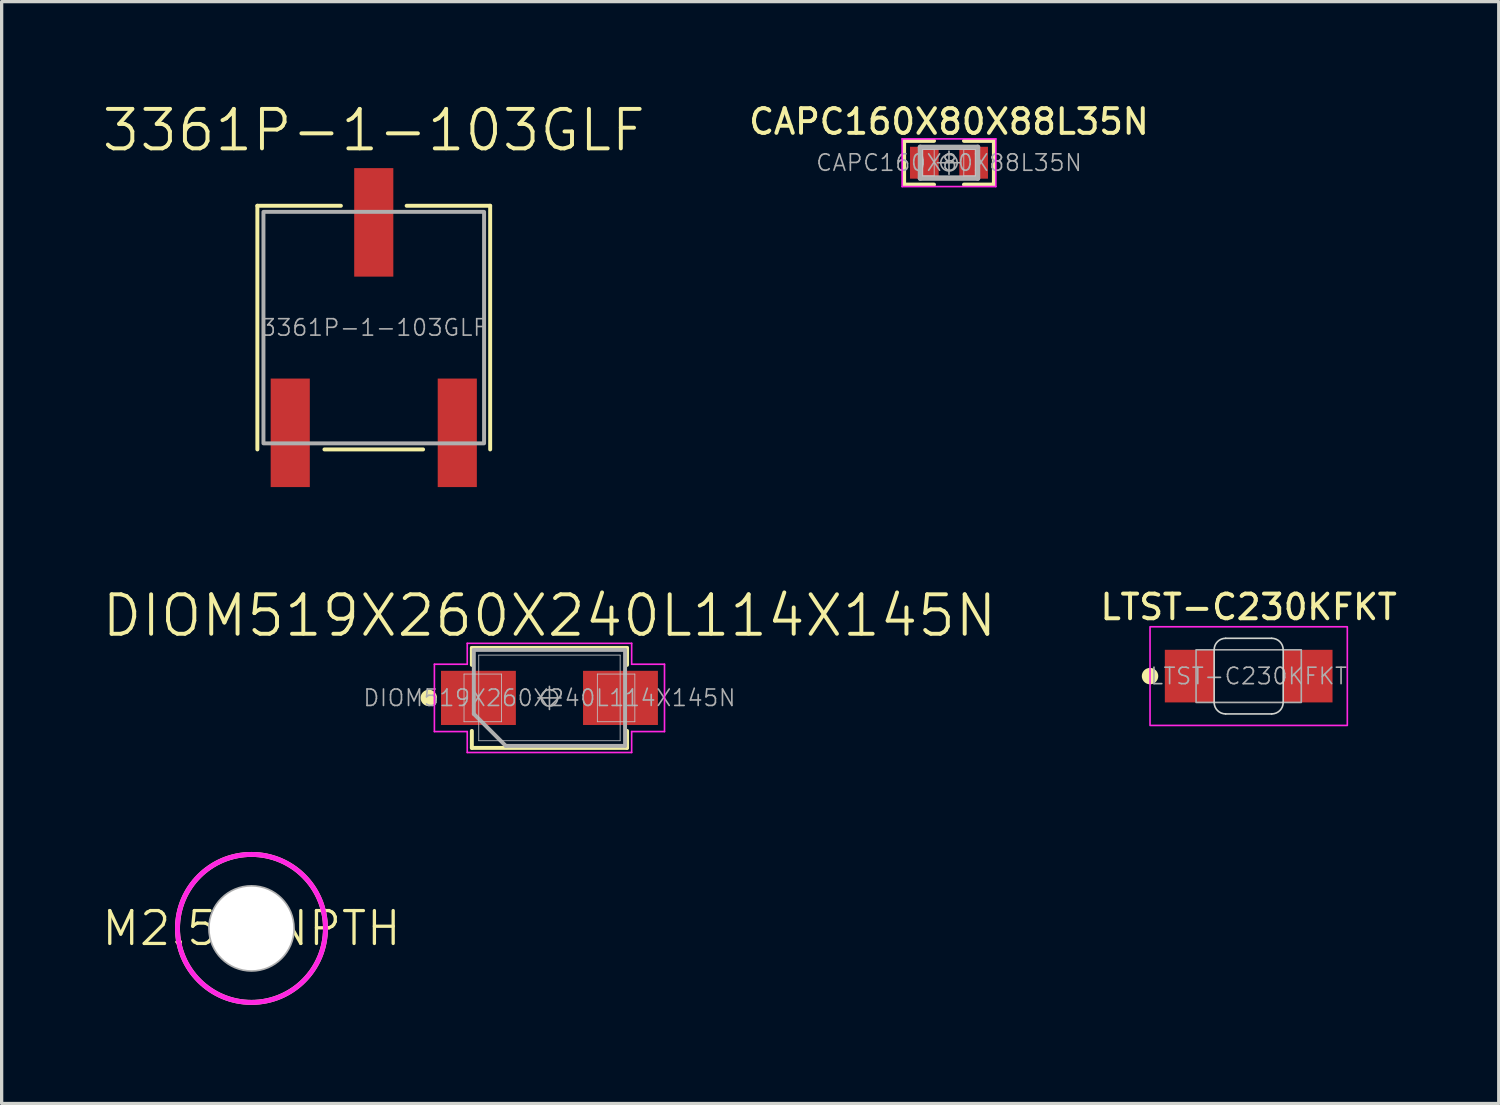
<source format=kicad_pcb>
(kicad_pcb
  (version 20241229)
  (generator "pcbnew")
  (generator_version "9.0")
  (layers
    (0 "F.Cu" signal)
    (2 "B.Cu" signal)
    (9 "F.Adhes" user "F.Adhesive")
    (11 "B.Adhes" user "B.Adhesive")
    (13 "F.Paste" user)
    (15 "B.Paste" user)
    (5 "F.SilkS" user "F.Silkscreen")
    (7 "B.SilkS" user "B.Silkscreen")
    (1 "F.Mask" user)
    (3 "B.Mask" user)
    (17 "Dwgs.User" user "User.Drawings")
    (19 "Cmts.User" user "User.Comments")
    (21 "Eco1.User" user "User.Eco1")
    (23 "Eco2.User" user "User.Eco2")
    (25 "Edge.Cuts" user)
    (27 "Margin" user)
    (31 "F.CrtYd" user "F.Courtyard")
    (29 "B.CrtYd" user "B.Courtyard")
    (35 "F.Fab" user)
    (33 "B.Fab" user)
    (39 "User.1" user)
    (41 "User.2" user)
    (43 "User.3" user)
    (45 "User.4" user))
  (footprint "DIOM519X260X240L114X145N"
    (layer "F.Cu")
    (at 13.66 18.175)
    (property "Reference" "DIOM519X260X240L114X145N" (at 0 -2.5 0) (layer "F.SilkS") (effects (font (size 1.2 1.2) (thickness 0.12))))
    (attr smd)
    (fp_line (start -2.36 -1.52) (end 2.36 -1.52) (stroke (width 0.12) (type solid)) (layer "F.SilkS"))
    (fp_line (start -2.36 -1.004) (end -2.36 -1.52) (stroke (width 0.12) (type solid)) (layer "F.SilkS"))
    (fp_line (start -2.36 1.52) (end -2.36 1.004) (stroke (width 0.12) (type solid)) (layer "F.SilkS"))
    (fp_line (start -2.36 1.52) (end 2.36 1.52) (stroke (width 0.12) (type solid)) (layer "F.SilkS"))
    (fp_line (start 2.36 -1.004) (end 2.36 -1.52) (stroke (width 0.12) (type solid)) (layer "F.SilkS"))
    (fp_line (start 2.36 1.52) (end 2.36 1.004) (stroke (width 0.12) (type solid)) (layer "F.SilkS"))
    (fp_circle (center -3.669 0) (end -3.669 0.125) (stroke (width 0.25) (type solid)) (fill no) (layer "F.SilkS"))
    (fp_line (start -2.598 -0.725) (end -1.458 -0.725) (stroke (width 0.025) (type solid)) (layer "Dwgs.User"))
    (fp_line (start -2.598 0.725) (end -2.598 -0.725) (stroke (width 0.025) (type solid)) (layer "Dwgs.User"))
    (fp_line (start -2.15 -1.302) (end 2.15 -1.302) (stroke (width 0.025) (type solid)) (layer "Dwgs.User"))
    (fp_line (start -2.15 1.302) (end -2.15 -1.302) (stroke (width 0.025) (type solid)) (layer "Dwgs.User"))
    (fp_line (start -1.458 -0.725) (end -1.458 0.725) (stroke (width 0.025) (type solid)) (layer "Dwgs.User"))
    (fp_line (start -1.458 0.725) (end -2.598 0.725) (stroke (width 0.025) (type solid)) (layer "Dwgs.User"))
    (fp_line (start 1.457 -0.725) (end 2.597 -0.725) (stroke (width 0.025) (type solid)) (layer "Dwgs.User"))
    (fp_line (start 1.457 0.725) (end 1.457 -0.725) (stroke (width 0.025) (type solid)) (layer "Dwgs.User"))
    (fp_line (start 2.15 -1.302) (end 2.15 1.302) (stroke (width 0.025) (type solid)) (layer "Dwgs.User"))
    (fp_line (start 2.15 1.302) (end -2.15 1.302) (stroke (width 0.025) (type solid)) (layer "Dwgs.User"))
    (fp_line (start 2.597 -0.725) (end 2.597 0.725) (stroke (width 0.025) (type solid)) (layer "Dwgs.User"))
    (fp_line (start 2.597 0.725) (end 1.457 0.725) (stroke (width 0.025) (type solid)) (layer "Dwgs.User"))
    (fp_line (start -3.499 -1.024) (end -3.499 1.024) (stroke (width 0.05) (type solid)) (layer "F.CrtYd"))
    (fp_line (start -3.499 1.024) (end -2.5 1.024) (stroke (width 0.05) (type solid)) (layer "F.CrtYd"))
    (fp_line (start -2.5 -1.66) (end -2.5 -1.024) (stroke (width 0.05) (type solid)) (layer "F.CrtYd"))
    (fp_line (start -2.5 -1.024) (end -3.499 -1.024) (stroke (width 0.05) (type solid)) (layer "F.CrtYd"))
    (fp_line (start -2.5 1.024) (end -2.5 1.66) (stroke (width 0.05) (type solid)) (layer "F.CrtYd"))
    (fp_line (start -2.5 1.66) (end 2.5 1.66) (stroke (width 0.05) (type solid)) (layer "F.CrtYd"))
    (fp_line (start 2.5 -1.66) (end -2.5 -1.66) (stroke (width 0.05) (type solid)) (layer "F.CrtYd"))
    (fp_line (start 2.5 -1.024) (end 2.5 -1.66) (stroke (width 0.05) (type solid)) (layer "F.CrtYd"))
    (fp_line (start 2.5 1.024) (end 3.499 1.024) (stroke (width 0.05) (type solid)) (layer "F.CrtYd"))
    (fp_line (start 2.5 1.66) (end 2.5 1.024) (stroke (width 0.05) (type solid)) (layer "F.CrtYd"))
    (fp_line (start 3.499 -1.024) (end 2.5 -1.024) (stroke (width 0.05) (type solid)) (layer "F.CrtYd"))
    (fp_line (start 3.499 1.024) (end 3.499 -1.024) (stroke (width 0.05) (type solid)) (layer "F.CrtYd"))
    (fp_line (start -2.3 -1.46) (end -2.3 0.487) (stroke (width 0.12) (type solid)) (layer "F.Fab"))
    (fp_line (start -2.3 0.487) (end -1.327 1.46) (stroke (width 0.12) (type solid)) (layer "F.Fab"))
    (fp_line (start -1.327 1.46) (end 2.3 1.46) (stroke (width 0.12) (type solid)) (layer "F.Fab"))
    (fp_line (start 0 -0.35) (end 0 0.35) (stroke (width 0.05) (type solid)) (layer "F.Fab"))
    (fp_line (start 0.35 0) (end -0.35 0) (stroke (width 0.05) (type solid)) (layer "F.Fab"))
    (fp_line (start 2.3 -1.46) (end -2.3 -1.46) (stroke (width 0.12) (type solid)) (layer "F.Fab"))
    (fp_line (start 2.3 1.46) (end 2.3 -1.46) (stroke (width 0.12) (type solid)) (layer "F.Fab"))
    (fp_circle (center 0 0) (end 0.25 0) (stroke (width 0.05) (type solid)) (fill no) (layer "F.Fab"))
    (fp_text user "${REFERENCE}" (at 0 0 0) (layer "F.Fab") (effects (font (size 0.5 0.5) (thickness 0.05))))
    (pad "1" smd rect (at 2.16 0) (size 2.277 1.647) (layers "F.Cu" "F.Mask" "F.Paste"))
    (pad "2" smd rect (at -2.16 0) (size 2.277 1.647) (layers "F.Cu" "F.Mask" "F.Paste")))
  (footprint "CAPC160X80X88L35N"
    (layer "F.Cu")
    (at 25.811 1.899)
    (property "Reference" "CAPC160X80X88L35N" (at 0 -1.25 0) (layer "F.SilkS") (effects (font (size 0.75 0.75) (thickness 0.12))))
    (attr smd)
    (fp_line (start -1.365 -0.665) (end -0.455 -0.665) (stroke (width 0.12) (type solid)) (layer "F.SilkS"))
    (fp_line (start -1.365 0.665) (end -1.365 -0.665) (stroke (width 0.12) (type solid)) (layer "F.SilkS"))
    (fp_line (start -0.455 0.665) (end -1.365 0.665) (stroke (width 0.12) (type solid)) (layer "F.SilkS"))
    (fp_line (start 0.455 0.665) (end 1.365 0.665) (stroke (width 0.12) (type solid)) (layer "F.SilkS"))
    (fp_line (start 1.365 -0.665) (end 0.455 -0.665) (stroke (width 0.12) (type solid)) (layer "F.SilkS"))
    (fp_line (start 1.365 0.665) (end 1.365 -0.665) (stroke (width 0.12) (type solid)) (layer "F.SilkS"))
    (fp_line (start -0.8 -0.4) (end -0.45 -0.4) (stroke (width 0.025) (type solid)) (layer "Dwgs.User"))
    (fp_line (start -0.8 -0.4) (end 0.8 -0.4) (stroke (width 0.025) (type solid)) (layer "Dwgs.User"))
    (fp_line (start -0.8 0.4) (end -0.8 -0.4) (stroke (width 0.025) (type solid)) (layer "Dwgs.User"))
    (fp_line (start -0.8 0.4) (end -0.8 -0.4) (stroke (width 0.025) (type solid)) (layer "Dwgs.User"))
    (fp_line (start -0.45 -0.4) (end -0.45 0.4) (stroke (width 0.025) (type solid)) (layer "Dwgs.User"))
    (fp_line (start -0.45 0.4) (end -0.8 0.4) (stroke (width 0.025) (type solid)) (layer "Dwgs.User"))
    (fp_line (start 0.45 -0.4) (end 0.8 -0.4) (stroke (width 0.025) (type solid)) (layer "Dwgs.User"))
    (fp_line (start 0.45 0.4) (end 0.45 -0.4) (stroke (width 0.025) (type solid)) (layer "Dwgs.User"))
    (fp_line (start 0.8 -0.4) (end 0.8 0.4) (stroke (width 0.025) (type solid)) (layer "Dwgs.User"))
    (fp_line (start 0.8 -0.4) (end 0.8 0.4) (stroke (width 0.025) (type solid)) (layer "Dwgs.User"))
    (fp_line (start 0.8 0.4) (end -0.8 0.4) (stroke (width 0.025) (type solid)) (layer "Dwgs.User"))
    (fp_line (start 0.8 0.4) (end 0.45 0.4) (stroke (width 0.025) (type solid)) (layer "Dwgs.User"))
    (fp_line (start -1.425 -0.725) (end 1.425 -0.725) (stroke (width 0.05) (type solid)) (layer "F.CrtYd"))
    (fp_line (start -1.425 0.725) (end -1.425 -0.725) (stroke (width 0.05) (type solid)) (layer "F.CrtYd"))
    (fp_line (start 1.425 -0.725) (end 1.425 0.725) (stroke (width 0.05) (type solid)) (layer "F.CrtYd"))
    (fp_line (start 1.425 0.725) (end -1.425 0.725) (stroke (width 0.05) (type solid)) (layer "F.CrtYd"))
    (fp_line (start -0.875 -0.475) (end 0.875 -0.475) (stroke (width 0.15) (type solid)) (layer "F.Fab"))
    (fp_line (start -0.875 0.475) (end -0.875 -0.475) (stroke (width 0.15) (type solid)) (layer "F.Fab"))
    (fp_line (start 0 -0.35) (end 0 0.35) (stroke (width 0.05) (type solid)) (layer "F.Fab"))
    (fp_line (start 0.35 0) (end -0.35 0) (stroke (width 0.05) (type solid)) (layer "F.Fab"))
    (fp_line (start 0.875 -0.475) (end 0.875 0.475) (stroke (width 0.15) (type solid)) (layer "F.Fab"))
    (fp_line (start 0.875 0.475) (end -0.875 0.475) (stroke (width 0.15) (type solid)) (layer "F.Fab"))
    (fp_circle (center 0 0) (end 0.25 0) (stroke (width 0.05) (type solid)) (fill no) (layer "F.Fab"))
    (fp_text user "${REFERENCE}" (at 0 0 0) (layer "F.Fab") (effects (font (size 0.5 0.5) (thickness 0.05))))
    (pad "1" smd rect (at -0.75 0) (size 0.871 0.97) (layers "F.Cu" "F.Mask" "F.Paste"))
    (pad "2" smd rect (at 0.75 0) (size 0.871 0.97) (layers "F.Cu" "F.Mask" "F.Paste")))
  (footprint "M2.54_NPTH"
    (layer "F.Cu")
    (at 4.598 25.185)
    (property "Reference" "M2.54_NPTH" (at 0 0 0) (unlocked yes) (layer "F.SilkS") (effects (font (size 1 1) (thickness 0.1))))
    (attr through_hole)
    (fp_circle (center 0 0) (end 2.25 0) (stroke (width 0.15) (type default)) (fill no) (layer "F.SilkS"))
    (fp_circle (center 0 0) (end 2.25 0) (stroke (width 0.15) (type default)) (fill no) (layer "F.CrtYd"))
    (fp_circle (center 0 0) (end 0 -1.27) (stroke (width 0.1) (type default)) (fill no) (layer "F.Fab"))
    (pad "" np_thru_hole circle (at 0 0) (size 2.54 2.54) (drill 2.54) (layers "*.Cu" "*.Mask")))
  (footprint "3361P-1-103GLF"
    (layer "F.Cu")
    (at 8.317 6.913)
    (property "Reference" "3361P-1-103GLF" (at 0 -6 0) (unlocked yes) (layer "F.SilkS") (effects (font (size 1.2 1.2) (thickness 0.12))))
    (attr smd)
    (fp_line (start -3.54 -3.705) (end -1 -3.705) (stroke (width 0.12) (type default)) (layer "F.SilkS"))
    (fp_line (start -3.54 3.705) (end -3.54 -3.705) (stroke (width 0.12) (type default)) (layer "F.SilkS"))
    (fp_line (start -1.5 3.705) (end 1.5 3.705) (stroke (width 0.12) (type default)) (layer "F.SilkS"))
    (fp_line (start 3.54 -3.705) (end 1 -3.705) (stroke (width 0.12) (type default)) (layer "F.SilkS"))
    (fp_line (start 3.54 -3.705) (end 3.54 3.705) (stroke (width 0.12) (type default)) (layer "F.SilkS"))
    (fp_rect (start -3.355 -3.52) (end 3.355 3.52) (stroke (width 0.12) (type default)) (fill no) (layer "F.Fab"))
    (fp_text user "${REFERENCE}" (at 0 0 0) (unlocked yes) (layer "F.Fab") (effects (font (size 0.5 0.5) (thickness 0.05))))
    (pad "1" smd rect (at -2.54 3.2) (size 1.19 3.3) (layers "F.Cu" "F.Mask" "F.Paste"))
    (pad "2" smd rect (at 0 -3.2) (size 1.19 3.3) (layers "F.Cu" "F.Mask" "F.Paste"))
    (pad "3" smd rect (at 2.54 3.2) (size 1.19 3.3) (layers "F.Cu" "F.Mask" "F.Paste")))
  (footprint "LTST-C230KFKT"
    (layer "F.Cu")
    (at 34.925 17.512)
    (property "Reference" "LTST-C230KFKT" (at 0 -2.1 0) (unlocked yes) (layer "F.SilkS") (effects (font (size 0.75 0.75) (thickness 0.12))))
    (attr smd)
    (fp_circle (center -3 0) (end -2.875 0) (stroke (width 0.25) (type default)) (fill no) (layer "F.SilkS"))
    (fp_line (start -1.05 -0.8) (end -1.05 0.8) (stroke (width 0.05) (type default)) (layer "Edge.Cuts"))
    (fp_line (start -0.7 1.15) (end 0.7 1.15) (stroke (width 0.05) (type default)) (layer "Edge.Cuts"))
    (fp_line (start 0.7 -1.15) (end -0.7 -1.15) (stroke (width 0.05) (type default)) (layer "Edge.Cuts"))
    (fp_line (start 1.05 0.8) (end 1.05 -0.8) (stroke (width 0.05) (type default)) (layer "Edge.Cuts"))
    (fp_arc (start -1.05 -0.8) (mid -0.947487 -1.047487) (end -0.7 -1.15) (stroke (width 0.05) (type default)) (layer "Edge.Cuts"))
    (fp_arc (start -0.7 1.15) (mid -0.947487 1.047487) (end -1.05 0.8) (stroke (width 0.05) (type default)) (layer "Edge.Cuts"))
    (fp_arc (start 0.7 -1.15) (mid 0.947487 -1.047487) (end 1.05 -0.8) (stroke (width 0.05) (type default)) (layer "Edge.Cuts"))
    (fp_arc (start 1.05 0.8) (mid 0.947487 1.047487) (end 0.7 1.15) (stroke (width 0.05) (type default)) (layer "Edge.Cuts"))
    (fp_rect (start -3 -1.5) (end 3 1.5) (stroke (width 0.05) (type default)) (fill no) (layer "F.CrtYd"))
    (fp_rect (start -1.6 -0.8) (end 1.6 0.8) (stroke (width 0.05) (type default)) (fill no) (layer "F.Fab"))
    (fp_text user "${REFERENCE}" (at 0 0 0) (unlocked yes) (layer "F.Fab") (effects (font (size 0.5 0.5) (thickness 0.05))))
    (pad "1" smd rect (at -1.8 0) (size 1.5 1.6) (layers "F.Cu" "F.Mask" "F.Paste"))
    (pad "2" smd rect (at 1.8 0) (size 1.5 1.6) (layers "F.Cu" "F.Mask" "F.Paste")))
  (gr_rect
    (start -3 -3)
    (end 42.53 30.51)
    (stroke (width 0.1) (type default))
    (fill no)
    (layer "Edge.Cuts")))
</source>
